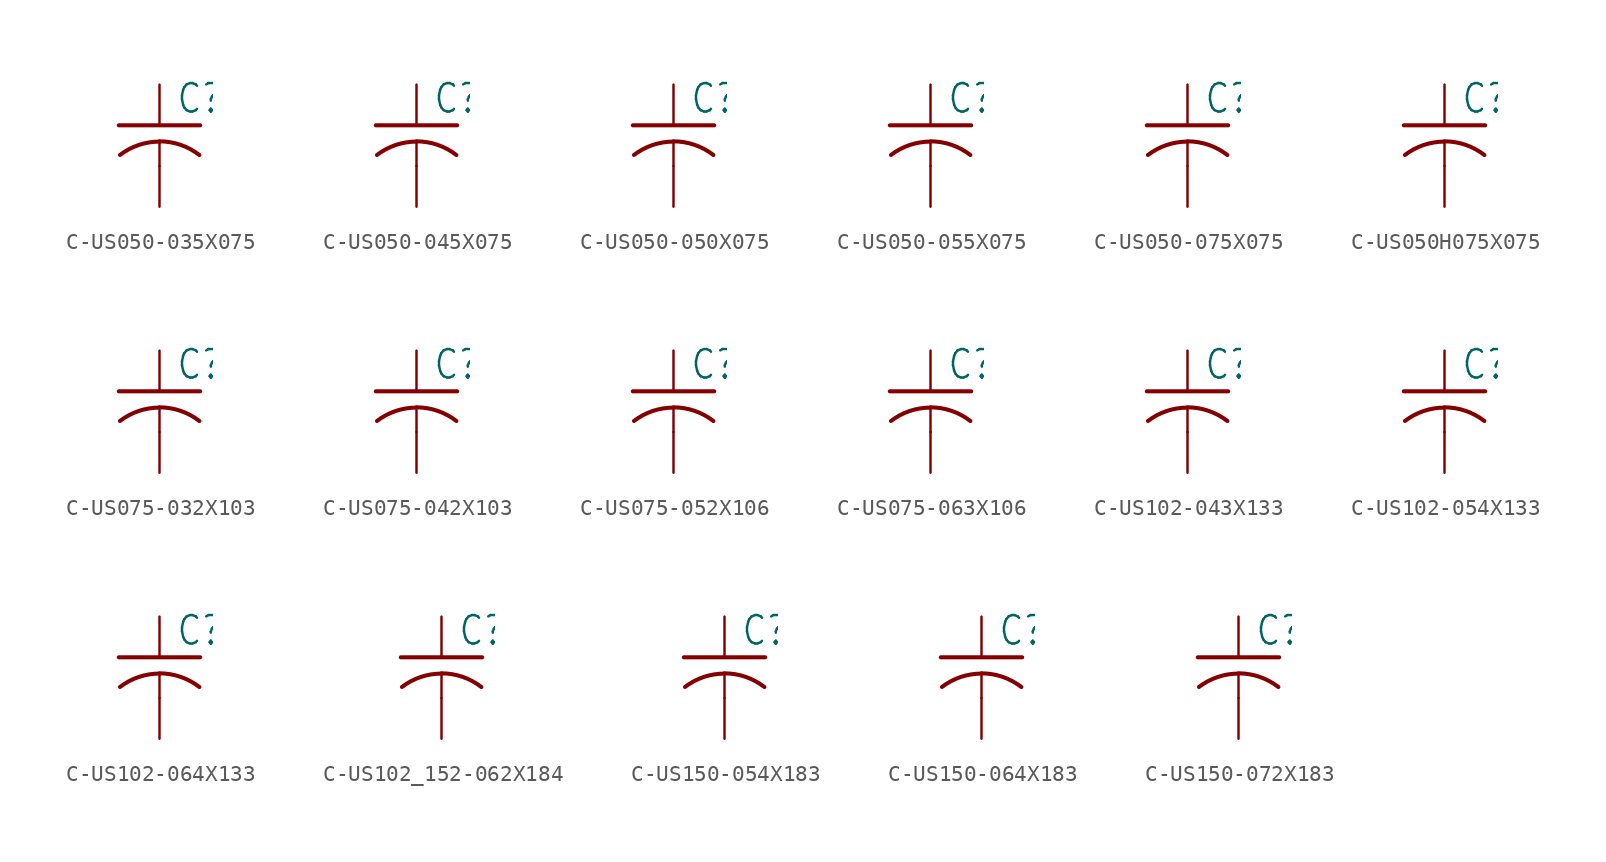
<source format=kicad_sym>
(kicad_symbol_lib
  (version 20241209)
  (generator "kicad_symbol_editor")
  (generator_version "9.0")
  (symbol "C-US050-035X075"
    (property "Reference" "C"
      (at 1.016 0.635 0)
      (effects (font (size 1.778 1.511)) (justify left bottom)))
    (property "Value" ""
      (at 1.016 -4.191 0)
      (effects (font (size 1.778 1.511)) (justify left bottom)))
    (property "ki_locked" ""
      (at 0 0 0)
      (effects (font (size 1.27 1.27))))
    (symbol "C-US050-035X075_1_0"
      (polyline (pts (xy -2.54 0) (xy 2.54 0)) (stroke (width 0.254) (type solid)) (fill (type none)))
      (polyline (pts (xy 0 -1.016) (xy 0 -2.54)) (stroke (width 0.152) (type solid)) (fill (type none)))
      (arc (start 0 -1) (mid 1.3158 -1.2195) (end 2.4892 -1.8541) (stroke (width 0.254) (type solid)) (fill (type none)))
      (arc (start -2.4668 -1.8504) (mid -1.302 -1.2303) (end 0 -1.0161) (stroke (width 0.254) (type solid)) (fill (type none)))
      (pin passive line (at 0 2.54 270) (length 2.54) (name "1" (effects (font (size 0 0)))) (number "1" (effects (font (size 0 0)))))
      (pin passive line (at 0 -5.08 90) (length 2.54) (name "2" (effects (font (size 0 0)))) (number "2" (effects (font (size 0 0)))))))
  (symbol "C-US050-045X075"
    (property "Reference" "C"
      (at 1.016 0.635 0)
      (effects (font (size 1.778 1.511)) (justify left bottom)))
    (property "Value" ""
      (at 1.016 -4.191 0)
      (effects (font (size 1.778 1.511)) (justify left bottom)))
    (property "ki_locked" ""
      (at 0 0 0)
      (effects (font (size 1.27 1.27))))
    (symbol "C-US050-045X075_1_0"
      (polyline (pts (xy -2.54 0) (xy 2.54 0)) (stroke (width 0.254) (type solid)) (fill (type none)))
      (polyline (pts (xy 0 -1.016) (xy 0 -2.54)) (stroke (width 0.152) (type solid)) (fill (type none)))
      (arc (start 0 -1) (mid 1.3158 -1.2195) (end 2.4892 -1.8541) (stroke (width 0.254) (type solid)) (fill (type none)))
      (arc (start -2.4668 -1.8504) (mid -1.302 -1.2303) (end 0 -1.0161) (stroke (width 0.254) (type solid)) (fill (type none)))
      (pin passive line (at 0 2.54 270) (length 2.54) (name "1" (effects (font (size 0 0)))) (number "1" (effects (font (size 0 0)))))
      (pin passive line (at 0 -5.08 90) (length 2.54) (name "2" (effects (font (size 0 0)))) (number "2" (effects (font (size 0 0)))))))
  (symbol "C-US050-050X075"
    (property "Reference" "C"
      (at 1.016 0.635 0)
      (effects (font (size 1.778 1.511)) (justify left bottom)))
    (property "Value" ""
      (at 1.016 -4.191 0)
      (effects (font (size 1.778 1.511)) (justify left bottom)))
    (property "ki_locked" ""
      (at 0 0 0)
      (effects (font (size 1.27 1.27))))
    (symbol "C-US050-050X075_1_0"
      (polyline (pts (xy -2.54 0) (xy 2.54 0)) (stroke (width 0.254) (type solid)) (fill (type none)))
      (polyline (pts (xy 0 -1.016) (xy 0 -2.54)) (stroke (width 0.152) (type solid)) (fill (type none)))
      (arc (start 0 -1) (mid 1.3158 -1.2195) (end 2.4892 -1.8541) (stroke (width 0.254) (type solid)) (fill (type none)))
      (arc (start -2.4668 -1.8504) (mid -1.302 -1.2303) (end 0 -1.0161) (stroke (width 0.254) (type solid)) (fill (type none)))
      (pin passive line (at 0 2.54 270) (length 2.54) (name "1" (effects (font (size 0 0)))) (number "1" (effects (font (size 0 0)))))
      (pin passive line (at 0 -5.08 90) (length 2.54) (name "2" (effects (font (size 0 0)))) (number "2" (effects (font (size 0 0)))))))
  (symbol "C-US050-055X075"
    (property "Reference" "C"
      (at 1.016 0.635 0)
      (effects (font (size 1.778 1.511)) (justify left bottom)))
    (property "Value" ""
      (at 1.016 -4.191 0)
      (effects (font (size 1.778 1.511)) (justify left bottom)))
    (property "ki_locked" ""
      (at 0 0 0)
      (effects (font (size 1.27 1.27))))
    (symbol "C-US050-055X075_1_0"
      (polyline (pts (xy -2.54 0) (xy 2.54 0)) (stroke (width 0.254) (type solid)) (fill (type none)))
      (polyline (pts (xy 0 -1.016) (xy 0 -2.54)) (stroke (width 0.152) (type solid)) (fill (type none)))
      (arc (start 0 -1) (mid 1.3158 -1.2195) (end 2.4892 -1.8541) (stroke (width 0.254) (type solid)) (fill (type none)))
      (arc (start -2.4668 -1.8504) (mid -1.302 -1.2303) (end 0 -1.0161) (stroke (width 0.254) (type solid)) (fill (type none)))
      (pin passive line (at 0 2.54 270) (length 2.54) (name "1" (effects (font (size 0 0)))) (number "1" (effects (font (size 0 0)))))
      (pin passive line (at 0 -5.08 90) (length 2.54) (name "2" (effects (font (size 0 0)))) (number "2" (effects (font (size 0 0)))))))
  (symbol "C-US050-075X075"
    (property "Reference" "C"
      (at 1.016 0.635 0)
      (effects (font (size 1.778 1.511)) (justify left bottom)))
    (property "Value" ""
      (at 1.016 -4.191 0)
      (effects (font (size 1.778 1.511)) (justify left bottom)))
    (property "ki_locked" ""
      (at 0 0 0)
      (effects (font (size 1.27 1.27))))
    (symbol "C-US050-075X075_1_0"
      (polyline (pts (xy -2.54 0) (xy 2.54 0)) (stroke (width 0.254) (type solid)) (fill (type none)))
      (polyline (pts (xy 0 -1.016) (xy 0 -2.54)) (stroke (width 0.152) (type solid)) (fill (type none)))
      (arc (start 0 -1) (mid 1.3158 -1.2195) (end 2.4892 -1.8541) (stroke (width 0.254) (type solid)) (fill (type none)))
      (arc (start -2.4668 -1.8504) (mid -1.302 -1.2303) (end 0 -1.0161) (stroke (width 0.254) (type solid)) (fill (type none)))
      (pin passive line (at 0 2.54 270) (length 2.54) (name "1" (effects (font (size 0 0)))) (number "1" (effects (font (size 0 0)))))
      (pin passive line (at 0 -5.08 90) (length 2.54) (name "2" (effects (font (size 0 0)))) (number "2" (effects (font (size 0 0)))))))
  (symbol "C-US050H075X075"
    (property "Reference" "C"
      (at 1.016 0.635 0)
      (effects (font (size 1.778 1.511)) (justify left bottom)))
    (property "Value" ""
      (at 1.016 -4.191 0)
      (effects (font (size 1.778 1.511)) (justify left bottom)))
    (property "ki_locked" ""
      (at 0 0 0)
      (effects (font (size 1.27 1.27))))
    (symbol "C-US050H075X075_1_0"
      (polyline (pts (xy -2.54 0) (xy 2.54 0)) (stroke (width 0.254) (type solid)) (fill (type none)))
      (polyline (pts (xy 0 -1.016) (xy 0 -2.54)) (stroke (width 0.152) (type solid)) (fill (type none)))
      (arc (start 0 -1) (mid 1.3158 -1.2195) (end 2.4892 -1.8541) (stroke (width 0.254) (type solid)) (fill (type none)))
      (arc (start -2.4668 -1.8504) (mid -1.302 -1.2303) (end 0 -1.0161) (stroke (width 0.254) (type solid)) (fill (type none)))
      (pin passive line (at 0 2.54 270) (length 2.54) (name "1" (effects (font (size 0 0)))) (number "1" (effects (font (size 0 0)))))
      (pin passive line (at 0 -5.08 90) (length 2.54) (name "2" (effects (font (size 0 0)))) (number "2" (effects (font (size 0 0)))))))
  (symbol "C-US075-032X103"
    (property "Reference" "C"
      (at 1.016 0.635 0)
      (effects (font (size 1.778 1.511)) (justify left bottom)))
    (property "Value" ""
      (at 1.016 -4.191 0)
      (effects (font (size 1.778 1.511)) (justify left bottom)))
    (property "ki_locked" ""
      (at 0 0 0)
      (effects (font (size 1.27 1.27))))
    (symbol "C-US075-032X103_1_0"
      (polyline (pts (xy -2.54 0) (xy 2.54 0)) (stroke (width 0.254) (type solid)) (fill (type none)))
      (polyline (pts (xy 0 -1.016) (xy 0 -2.54)) (stroke (width 0.152) (type solid)) (fill (type none)))
      (arc (start 0 -1) (mid 1.3158 -1.2195) (end 2.4892 -1.8541) (stroke (width 0.254) (type solid)) (fill (type none)))
      (arc (start -2.4668 -1.8504) (mid -1.302 -1.2303) (end 0 -1.0161) (stroke (width 0.254) (type solid)) (fill (type none)))
      (pin passive line (at 0 2.54 270) (length 2.54) (name "1" (effects (font (size 0 0)))) (number "1" (effects (font (size 0 0)))))
      (pin passive line (at 0 -5.08 90) (length 2.54) (name "2" (effects (font (size 0 0)))) (number "2" (effects (font (size 0 0)))))))
  (symbol "C-US075-042X103"
    (property "Reference" "C"
      (at 1.016 0.635 0)
      (effects (font (size 1.778 1.511)) (justify left bottom)))
    (property "Value" ""
      (at 1.016 -4.191 0)
      (effects (font (size 1.778 1.511)) (justify left bottom)))
    (property "ki_locked" ""
      (at 0 0 0)
      (effects (font (size 1.27 1.27))))
    (symbol "C-US075-042X103_1_0"
      (polyline (pts (xy -2.54 0) (xy 2.54 0)) (stroke (width 0.254) (type solid)) (fill (type none)))
      (polyline (pts (xy 0 -1.016) (xy 0 -2.54)) (stroke (width 0.152) (type solid)) (fill (type none)))
      (arc (start 0 -1) (mid 1.3158 -1.2195) (end 2.4892 -1.8541) (stroke (width 0.254) (type solid)) (fill (type none)))
      (arc (start -2.4668 -1.8504) (mid -1.302 -1.2303) (end 0 -1.0161) (stroke (width 0.254) (type solid)) (fill (type none)))
      (pin passive line (at 0 2.54 270) (length 2.54) (name "1" (effects (font (size 0 0)))) (number "1" (effects (font (size 0 0)))))
      (pin passive line (at 0 -5.08 90) (length 2.54) (name "2" (effects (font (size 0 0)))) (number "2" (effects (font (size 0 0)))))))
  (symbol "C-US075-052X106"
    (property "Reference" "C"
      (at 1.016 0.635 0)
      (effects (font (size 1.778 1.511)) (justify left bottom)))
    (property "Value" ""
      (at 1.016 -4.191 0)
      (effects (font (size 1.778 1.511)) (justify left bottom)))
    (property "ki_locked" ""
      (at 0 0 0)
      (effects (font (size 1.27 1.27))))
    (symbol "C-US075-052X106_1_0"
      (polyline (pts (xy -2.54 0) (xy 2.54 0)) (stroke (width 0.254) (type solid)) (fill (type none)))
      (polyline (pts (xy 0 -1.016) (xy 0 -2.54)) (stroke (width 0.152) (type solid)) (fill (type none)))
      (arc (start 0 -1) (mid 1.3158 -1.2195) (end 2.4892 -1.8541) (stroke (width 0.254) (type solid)) (fill (type none)))
      (arc (start -2.4668 -1.8504) (mid -1.302 -1.2303) (end 0 -1.0161) (stroke (width 0.254) (type solid)) (fill (type none)))
      (pin passive line (at 0 2.54 270) (length 2.54) (name "1" (effects (font (size 0 0)))) (number "1" (effects (font (size 0 0)))))
      (pin passive line (at 0 -5.08 90) (length 2.54) (name "2" (effects (font (size 0 0)))) (number "2" (effects (font (size 0 0)))))))
  (symbol "C-US075-063X106"
    (property "Reference" "C"
      (at 1.016 0.635 0)
      (effects (font (size 1.778 1.511)) (justify left bottom)))
    (property "Value" ""
      (at 1.016 -4.191 0)
      (effects (font (size 1.778 1.511)) (justify left bottom)))
    (property "ki_locked" ""
      (at 0 0 0)
      (effects (font (size 1.27 1.27))))
    (symbol "C-US075-063X106_1_0"
      (polyline (pts (xy -2.54 0) (xy 2.54 0)) (stroke (width 0.254) (type solid)) (fill (type none)))
      (polyline (pts (xy 0 -1.016) (xy 0 -2.54)) (stroke (width 0.152) (type solid)) (fill (type none)))
      (arc (start 0 -1) (mid 1.3158 -1.2195) (end 2.4892 -1.8541) (stroke (width 0.254) (type solid)) (fill (type none)))
      (arc (start -2.4668 -1.8504) (mid -1.302 -1.2303) (end 0 -1.0161) (stroke (width 0.254) (type solid)) (fill (type none)))
      (pin passive line (at 0 2.54 270) (length 2.54) (name "1" (effects (font (size 0 0)))) (number "1" (effects (font (size 0 0)))))
      (pin passive line (at 0 -5.08 90) (length 2.54) (name "2" (effects (font (size 0 0)))) (number "2" (effects (font (size 0 0)))))))
  (symbol "C-US102-043X133"
    (property "Reference" "C"
      (at 1.016 0.635 0)
      (effects (font (size 1.778 1.511)) (justify left bottom)))
    (property "Value" ""
      (at 1.016 -4.191 0)
      (effects (font (size 1.778 1.511)) (justify left bottom)))
    (property "ki_locked" ""
      (at 0 0 0)
      (effects (font (size 1.27 1.27))))
    (symbol "C-US102-043X133_1_0"
      (polyline (pts (xy -2.54 0) (xy 2.54 0)) (stroke (width 0.254) (type solid)) (fill (type none)))
      (polyline (pts (xy 0 -1.016) (xy 0 -2.54)) (stroke (width 0.152) (type solid)) (fill (type none)))
      (arc (start 0 -1) (mid 1.3158 -1.2195) (end 2.4892 -1.8541) (stroke (width 0.254) (type solid)) (fill (type none)))
      (arc (start -2.4668 -1.8504) (mid -1.302 -1.2303) (end 0 -1.0161) (stroke (width 0.254) (type solid)) (fill (type none)))
      (pin passive line (at 0 2.54 270) (length 2.54) (name "1" (effects (font (size 0 0)))) (number "1" (effects (font (size 0 0)))))
      (pin passive line (at 0 -5.08 90) (length 2.54) (name "2" (effects (font (size 0 0)))) (number "2" (effects (font (size 0 0)))))))
  (symbol "C-US102-054X133"
    (property "Reference" "C"
      (at 1.016 0.635 0)
      (effects (font (size 1.778 1.511)) (justify left bottom)))
    (property "Value" ""
      (at 1.016 -4.191 0)
      (effects (font (size 1.778 1.511)) (justify left bottom)))
    (property "ki_locked" ""
      (at 0 0 0)
      (effects (font (size 1.27 1.27))))
    (symbol "C-US102-054X133_1_0"
      (polyline (pts (xy -2.54 0) (xy 2.54 0)) (stroke (width 0.254) (type solid)) (fill (type none)))
      (polyline (pts (xy 0 -1.016) (xy 0 -2.54)) (stroke (width 0.152) (type solid)) (fill (type none)))
      (arc (start 0 -1) (mid 1.3158 -1.2195) (end 2.4892 -1.8541) (stroke (width 0.254) (type solid)) (fill (type none)))
      (arc (start -2.4668 -1.8504) (mid -1.302 -1.2303) (end 0 -1.0161) (stroke (width 0.254) (type solid)) (fill (type none)))
      (pin passive line (at 0 2.54 270) (length 2.54) (name "1" (effects (font (size 0 0)))) (number "1" (effects (font (size 0 0)))))
      (pin passive line (at 0 -5.08 90) (length 2.54) (name "2" (effects (font (size 0 0)))) (number "2" (effects (font (size 0 0)))))))
  (symbol "C-US102-064X133"
    (property "Reference" "C"
      (at 1.016 0.635 0)
      (effects (font (size 1.778 1.511)) (justify left bottom)))
    (property "Value" ""
      (at 1.016 -4.191 0)
      (effects (font (size 1.778 1.511)) (justify left bottom)))
    (property "ki_locked" ""
      (at 0 0 0)
      (effects (font (size 1.27 1.27))))
    (symbol "C-US102-064X133_1_0"
      (polyline (pts (xy -2.54 0) (xy 2.54 0)) (stroke (width 0.254) (type solid)) (fill (type none)))
      (polyline (pts (xy 0 -1.016) (xy 0 -2.54)) (stroke (width 0.152) (type solid)) (fill (type none)))
      (arc (start 0 -1) (mid 1.3158 -1.2195) (end 2.4892 -1.8541) (stroke (width 0.254) (type solid)) (fill (type none)))
      (arc (start -2.4668 -1.8504) (mid -1.302 -1.2303) (end 0 -1.0161) (stroke (width 0.254) (type solid)) (fill (type none)))
      (pin passive line (at 0 2.54 270) (length 2.54) (name "1" (effects (font (size 0 0)))) (number "1" (effects (font (size 0 0)))))
      (pin passive line (at 0 -5.08 90) (length 2.54) (name "2" (effects (font (size 0 0)))) (number "2" (effects (font (size 0 0)))))))
  (symbol "C-US102_152-062X184"
    (property "Reference" "C"
      (at 1.016 0.635 0)
      (effects (font (size 1.778 1.511)) (justify left bottom)))
    (property "Value" ""
      (at 1.016 -4.191 0)
      (effects (font (size 1.778 1.511)) (justify left bottom)))
    (property "ki_locked" ""
      (at 0 0 0)
      (effects (font (size 1.27 1.27))))
    (symbol "C-US102_152-062X184_1_0"
      (polyline (pts (xy -2.54 0) (xy 2.54 0)) (stroke (width 0.254) (type solid)) (fill (type none)))
      (polyline (pts (xy 0 -1.016) (xy 0 -2.54)) (stroke (width 0.152) (type solid)) (fill (type none)))
      (arc (start 0 -1) (mid 1.3158 -1.2195) (end 2.4892 -1.8541) (stroke (width 0.254) (type solid)) (fill (type none)))
      (arc (start -2.4668 -1.8504) (mid -1.302 -1.2303) (end 0 -1.0161) (stroke (width 0.254) (type solid)) (fill (type none)))
      (pin passive line (at 0 2.54 270) (length 2.54) (name "1" (effects (font (size 0 0)))) (number "1" (effects (font (size 0 0)))))
      (pin passive line (at 0 -5.08 90) (length 2.54) (name "2" (effects (font (size 0 0)))) (number "2" (effects (font (size 0 0)))))))
  (symbol "C-US150-054X183"
    (property "Reference" "C"
      (at 1.016 0.635 0)
      (effects (font (size 1.778 1.511)) (justify left bottom)))
    (property "Value" ""
      (at 1.016 -4.191 0)
      (effects (font (size 1.778 1.511)) (justify left bottom)))
    (property "ki_locked" ""
      (at 0 0 0)
      (effects (font (size 1.27 1.27))))
    (symbol "C-US150-054X183_1_0"
      (polyline (pts (xy -2.54 0) (xy 2.54 0)) (stroke (width 0.254) (type solid)) (fill (type none)))
      (polyline (pts (xy 0 -1.016) (xy 0 -2.54)) (stroke (width 0.152) (type solid)) (fill (type none)))
      (arc (start 0 -1) (mid 1.3158 -1.2195) (end 2.4892 -1.8541) (stroke (width 0.254) (type solid)) (fill (type none)))
      (arc (start -2.4668 -1.8504) (mid -1.302 -1.2303) (end 0 -1.0161) (stroke (width 0.254) (type solid)) (fill (type none)))
      (pin passive line (at 0 2.54 270) (length 2.54) (name "1" (effects (font (size 0 0)))) (number "1" (effects (font (size 0 0)))))
      (pin passive line (at 0 -5.08 90) (length 2.54) (name "2" (effects (font (size 0 0)))) (number "2" (effects (font (size 0 0)))))))
  (symbol "C-US150-064X183"
    (property "Reference" "C"
      (at 1.016 0.635 0)
      (effects (font (size 1.778 1.511)) (justify left bottom)))
    (property "Value" ""
      (at 1.016 -4.191 0)
      (effects (font (size 1.778 1.511)) (justify left bottom)))
    (property "ki_locked" ""
      (at 0 0 0)
      (effects (font (size 1.27 1.27))))
    (symbol "C-US150-064X183_1_0"
      (polyline (pts (xy -2.54 0) (xy 2.54 0)) (stroke (width 0.254) (type solid)) (fill (type none)))
      (polyline (pts (xy 0 -1.016) (xy 0 -2.54)) (stroke (width 0.152) (type solid)) (fill (type none)))
      (arc (start 0 -1) (mid 1.3158 -1.2195) (end 2.4892 -1.8541) (stroke (width 0.254) (type solid)) (fill (type none)))
      (arc (start -2.4668 -1.8504) (mid -1.302 -1.2303) (end 0 -1.0161) (stroke (width 0.254) (type solid)) (fill (type none)))
      (pin passive line (at 0 2.54 270) (length 2.54) (name "1" (effects (font (size 0 0)))) (number "1" (effects (font (size 0 0)))))
      (pin passive line (at 0 -5.08 90) (length 2.54) (name "2" (effects (font (size 0 0)))) (number "2" (effects (font (size 0 0)))))))
  (symbol "C-US150-072X183"
    (property "Reference" "C"
      (at 1.016 0.635 0)
      (effects (font (size 1.778 1.511)) (justify left bottom)))
    (property "Value" ""
      (at 1.016 -4.191 0)
      (effects (font (size 1.778 1.511)) (justify left bottom)))
    (property "ki_locked" ""
      (at 0 0 0)
      (effects (font (size 1.27 1.27))))
    (symbol "C-US150-072X183_1_0"
      (polyline (pts (xy -2.54 0) (xy 2.54 0)) (stroke (width 0.254) (type solid)) (fill (type none)))
      (polyline (pts (xy 0 -1.016) (xy 0 -2.54)) (stroke (width 0.152) (type solid)) (fill (type none)))
      (arc (start 0 -1) (mid 1.3158 -1.2195) (end 2.4892 -1.8541) (stroke (width 0.254) (type solid)) (fill (type none)))
      (arc (start -2.4668 -1.8504) (mid -1.302 -1.2303) (end 0 -1.0161) (stroke (width 0.254) (type solid)) (fill (type none)))
      (pin passive line (at 0 2.54 270) (length 2.54) (name "1" (effects (font (size 0 0)))) (number "1" (effects (font (size 0 0)))))
      (pin passive line (at 0 -5.08 90) (length 2.54) (name "2" (effects (font (size 0 0)))) (number "2" (effects (font (size 0 0))))))))
</source>
